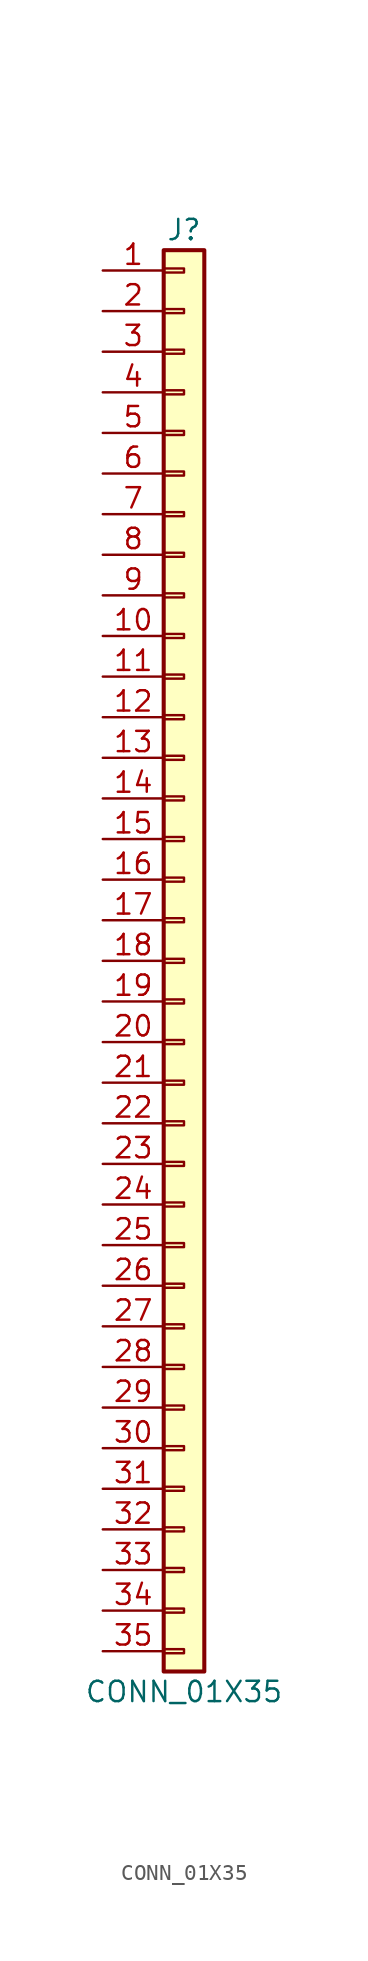
<source format=kicad_sym>
(kicad_symbol_lib
  (version 20211014)
  (generator kicad_symbol_editor)
  (symbol "CONN_01X35"
    (pin_names
      (offset 1.016) hide)
    (property "Reference" "J"
      (at 0 45.72 0)
      (effects (font (size 1.27 1.27))))
    (property "Value" "CONN_01X35"
      (at 0 -45.72 0)
      (effects (font (size 1.27 1.27))))
    (symbol "CONN_01X35_1_1"
      (rectangle (start -1.27 -43.053) (end 0 -43.307) (stroke (width 0.152) (type default) (color 0 0 0 0)) (fill (type none)))
      (rectangle (start -1.27 -40.513) (end 0 -40.767) (stroke (width 0.152) (type default) (color 0 0 0 0)) (fill (type none)))
      (rectangle (start -1.27 -37.973) (end 0 -38.227) (stroke (width 0.152) (type default) (color 0 0 0 0)) (fill (type none)))
      (rectangle (start -1.27 -35.433) (end 0 -35.687) (stroke (width 0.152) (type default) (color 0 0 0 0)) (fill (type none)))
      (rectangle (start -1.27 -32.893) (end 0 -33.147) (stroke (width 0.152) (type default) (color 0 0 0 0)) (fill (type none)))
      (rectangle (start -1.27 -30.353) (end 0 -30.607) (stroke (width 0.152) (type default) (color 0 0 0 0)) (fill (type none)))
      (rectangle (start -1.27 -27.813) (end 0 -28.067) (stroke (width 0.152) (type default) (color 0 0 0 0)) (fill (type none)))
      (rectangle (start -1.27 -25.273) (end 0 -25.527) (stroke (width 0.152) (type default) (color 0 0 0 0)) (fill (type none)))
      (rectangle (start -1.27 -22.733) (end 0 -22.987) (stroke (width 0.152) (type default) (color 0 0 0 0)) (fill (type none)))
      (rectangle (start -1.27 -20.193) (end 0 -20.447) (stroke (width 0.152) (type default) (color 0 0 0 0)) (fill (type none)))
      (rectangle (start -1.27 -17.653) (end 0 -17.907) (stroke (width 0.152) (type default) (color 0 0 0 0)) (fill (type none)))
      (rectangle (start -1.27 -15.113) (end 0 -15.367) (stroke (width 0.152) (type default) (color 0 0 0 0)) (fill (type none)))
      (rectangle (start -1.27 -12.573) (end 0 -12.827) (stroke (width 0.152) (type default) (color 0 0 0 0)) (fill (type none)))
      (rectangle (start -1.27 -10.033) (end 0 -10.287) (stroke (width 0.152) (type default) (color 0 0 0 0)) (fill (type none)))
      (rectangle (start -1.27 -7.493) (end 0 -7.747) (stroke (width 0.152) (type default) (color 0 0 0 0)) (fill (type none)))
      (rectangle (start -1.27 -4.953) (end 0 -5.207) (stroke (width 0.152) (type default) (color 0 0 0 0)) (fill (type none)))
      (rectangle (start -1.27 -2.413) (end 0 -2.667) (stroke (width 0.152) (type default) (color 0 0 0 0)) (fill (type none)))
      (rectangle (start -1.27 0.127) (end 0 -0.127) (stroke (width 0.152) (type default) (color 0 0 0 0)) (fill (type none)))
      (rectangle (start -1.27 2.667) (end 0 2.413) (stroke (width 0.152) (type default) (color 0 0 0 0)) (fill (type none)))
      (rectangle (start -1.27 5.207) (end 0 4.953) (stroke (width 0.152) (type default) (color 0 0 0 0)) (fill (type none)))
      (rectangle (start -1.27 7.747) (end 0 7.493) (stroke (width 0.152) (type default) (color 0 0 0 0)) (fill (type none)))
      (rectangle (start -1.27 10.287) (end 0 10.033) (stroke (width 0.152) (type default) (color 0 0 0 0)) (fill (type none)))
      (rectangle (start -1.27 12.827) (end 0 12.573) (stroke (width 0.152) (type default) (color 0 0 0 0)) (fill (type none)))
      (rectangle (start -1.27 15.367) (end 0 15.113) (stroke (width 0.152) (type default) (color 0 0 0 0)) (fill (type none)))
      (rectangle (start -1.27 17.907) (end 0 17.653) (stroke (width 0.152) (type default) (color 0 0 0 0)) (fill (type none)))
      (rectangle (start -1.27 20.447) (end 0 20.193) (stroke (width 0.152) (type default) (color 0 0 0 0)) (fill (type none)))
      (rectangle (start -1.27 22.987) (end 0 22.733) (stroke (width 0.152) (type default) (color 0 0 0 0)) (fill (type none)))
      (rectangle (start -1.27 25.527) (end 0 25.273) (stroke (width 0.152) (type default) (color 0 0 0 0)) (fill (type none)))
      (rectangle (start -1.27 28.067) (end 0 27.813) (stroke (width 0.152) (type default) (color 0 0 0 0)) (fill (type none)))
      (rectangle (start -1.27 30.607) (end 0 30.353) (stroke (width 0.152) (type default) (color 0 0 0 0)) (fill (type none)))
      (rectangle (start -1.27 33.147) (end 0 32.893) (stroke (width 0.152) (type default) (color 0 0 0 0)) (fill (type none)))
      (rectangle (start -1.27 35.687) (end 0 35.433) (stroke (width 0.152) (type default) (color 0 0 0 0)) (fill (type none)))
      (rectangle (start -1.27 38.227) (end 0 37.973) (stroke (width 0.152) (type default) (color 0 0 0 0)) (fill (type none)))
      (rectangle (start -1.27 40.767) (end 0 40.513) (stroke (width 0.152) (type default) (color 0 0 0 0)) (fill (type none)))
      (rectangle (start -1.27 43.307) (end 0 43.053) (stroke (width 0.152) (type default) (color 0 0 0 0)) (fill (type none)))
      (rectangle (start -1.27 44.45) (end 1.27 -44.45) (stroke (width 0.254) (type default) (color 0 0 0 0)) (fill (type background)))
      (pin passive line (at -5.08 43.18 0) (length 3.81) (name "Pin_1" (effects (font (size 1.27 1.27)))) (number "1" (effects (font (size 1.27 1.27)))))
      (pin passive line (at -5.08 20.32 0) (length 3.81) (name "Pin_10" (effects (font (size 1.27 1.27)))) (number "10" (effects (font (size 1.27 1.27)))))
      (pin passive line (at -5.08 17.78 0) (length 3.81) (name "Pin_11" (effects (font (size 1.27 1.27)))) (number "11" (effects (font (size 1.27 1.27)))))
      (pin passive line (at -5.08 15.24 0) (length 3.81) (name "Pin_12" (effects (font (size 1.27 1.27)))) (number "12" (effects (font (size 1.27 1.27)))))
      (pin passive line (at -5.08 12.7 0) (length 3.81) (name "Pin_13" (effects (font (size 1.27 1.27)))) (number "13" (effects (font (size 1.27 1.27)))))
      (pin passive line (at -5.08 10.16 0) (length 3.81) (name "Pin_14" (effects (font (size 1.27 1.27)))) (number "14" (effects (font (size 1.27 1.27)))))
      (pin passive line (at -5.08 7.62 0) (length 3.81) (name "Pin_15" (effects (font (size 1.27 1.27)))) (number "15" (effects (font (size 1.27 1.27)))))
      (pin passive line (at -5.08 5.08 0) (length 3.81) (name "Pin_16" (effects (font (size 1.27 1.27)))) (number "16" (effects (font (size 1.27 1.27)))))
      (pin passive line (at -5.08 2.54 0) (length 3.81) (name "Pin_17" (effects (font (size 1.27 1.27)))) (number "17" (effects (font (size 1.27 1.27)))))
      (pin passive line (at -5.08 0 0) (length 3.81) (name "Pin_18" (effects (font (size 1.27 1.27)))) (number "18" (effects (font (size 1.27 1.27)))))
      (pin passive line (at -5.08 -2.54 0) (length 3.81) (name "Pin_19" (effects (font (size 1.27 1.27)))) (number "19" (effects (font (size 1.27 1.27)))))
      (pin passive line (at -5.08 40.64 0) (length 3.81) (name "Pin_2" (effects (font (size 1.27 1.27)))) (number "2" (effects (font (size 1.27 1.27)))))
      (pin passive line (at -5.08 -5.08 0) (length 3.81) (name "Pin_20" (effects (font (size 1.27 1.27)))) (number "20" (effects (font (size 1.27 1.27)))))
      (pin passive line (at -5.08 -7.62 0) (length 3.81) (name "Pin_21" (effects (font (size 1.27 1.27)))) (number "21" (effects (font (size 1.27 1.27)))))
      (pin passive line (at -5.08 -10.16 0) (length 3.81) (name "Pin_22" (effects (font (size 1.27 1.27)))) (number "22" (effects (font (size 1.27 1.27)))))
      (pin passive line (at -5.08 -12.7 0) (length 3.81) (name "Pin_23" (effects (font (size 1.27 1.27)))) (number "23" (effects (font (size 1.27 1.27)))))
      (pin passive line (at -5.08 -15.24 0) (length 3.81) (name "Pin_24" (effects (font (size 1.27 1.27)))) (number "24" (effects (font (size 1.27 1.27)))))
      (pin passive line (at -5.08 -17.78 0) (length 3.81) (name "Pin_25" (effects (font (size 1.27 1.27)))) (number "25" (effects (font (size 1.27 1.27)))))
      (pin passive line (at -5.08 -20.32 0) (length 3.81) (name "Pin_26" (effects (font (size 1.27 1.27)))) (number "26" (effects (font (size 1.27 1.27)))))
      (pin passive line (at -5.08 -22.86 0) (length 3.81) (name "Pin_27" (effects (font (size 1.27 1.27)))) (number "27" (effects (font (size 1.27 1.27)))))
      (pin passive line (at -5.08 -25.4 0) (length 3.81) (name "Pin_28" (effects (font (size 1.27 1.27)))) (number "28" (effects (font (size 1.27 1.27)))))
      (pin passive line (at -5.08 -27.94 0) (length 3.81) (name "Pin_29" (effects (font (size 1.27 1.27)))) (number "29" (effects (font (size 1.27 1.27)))))
      (pin passive line (at -5.08 38.1 0) (length 3.81) (name "Pin_3" (effects (font (size 1.27 1.27)))) (number "3" (effects (font (size 1.27 1.27)))))
      (pin passive line (at -5.08 -30.48 0) (length 3.81) (name "Pin_30" (effects (font (size 1.27 1.27)))) (number "30" (effects (font (size 1.27 1.27)))))
      (pin passive line (at -5.08 -33.02 0) (length 3.81) (name "Pin_31" (effects (font (size 1.27 1.27)))) (number "31" (effects (font (size 1.27 1.27)))))
      (pin passive line (at -5.08 -35.56 0) (length 3.81) (name "Pin_32" (effects (font (size 1.27 1.27)))) (number "32" (effects (font (size 1.27 1.27)))))
      (pin passive line (at -5.08 -38.1 0) (length 3.81) (name "Pin_33" (effects (font (size 1.27 1.27)))) (number "33" (effects (font (size 1.27 1.27)))))
      (pin passive line (at -5.08 -40.64 0) (length 3.81) (name "Pin_34" (effects (font (size 1.27 1.27)))) (number "34" (effects (font (size 1.27 1.27)))))
      (pin passive line (at -5.08 -43.18 0) (length 3.81) (name "Pin_35" (effects (font (size 1.27 1.27)))) (number "35" (effects (font (size 1.27 1.27)))))
      (pin passive line (at -5.08 35.56 0) (length 3.81) (name "Pin_4" (effects (font (size 1.27 1.27)))) (number "4" (effects (font (size 1.27 1.27)))))
      (pin passive line (at -5.08 33.02 0) (length 3.81) (name "Pin_5" (effects (font (size 1.27 1.27)))) (number "5" (effects (font (size 1.27 1.27)))))
      (pin passive line (at -5.08 30.48 0) (length 3.81) (name "Pin_6" (effects (font (size 1.27 1.27)))) (number "6" (effects (font (size 1.27 1.27)))))
      (pin passive line (at -5.08 27.94 0) (length 3.81) (name "Pin_7" (effects (font (size 1.27 1.27)))) (number "7" (effects (font (size 1.27 1.27)))))
      (pin passive line (at -5.08 25.4 0) (length 3.81) (name "Pin_8" (effects (font (size 1.27 1.27)))) (number "8" (effects (font (size 1.27 1.27)))))
      (pin passive line (at -5.08 22.86 0) (length 3.81) (name "Pin_9" (effects (font (size 1.27 1.27)))) (number "9" (effects (font (size 1.27 1.27))))))))
</source>
